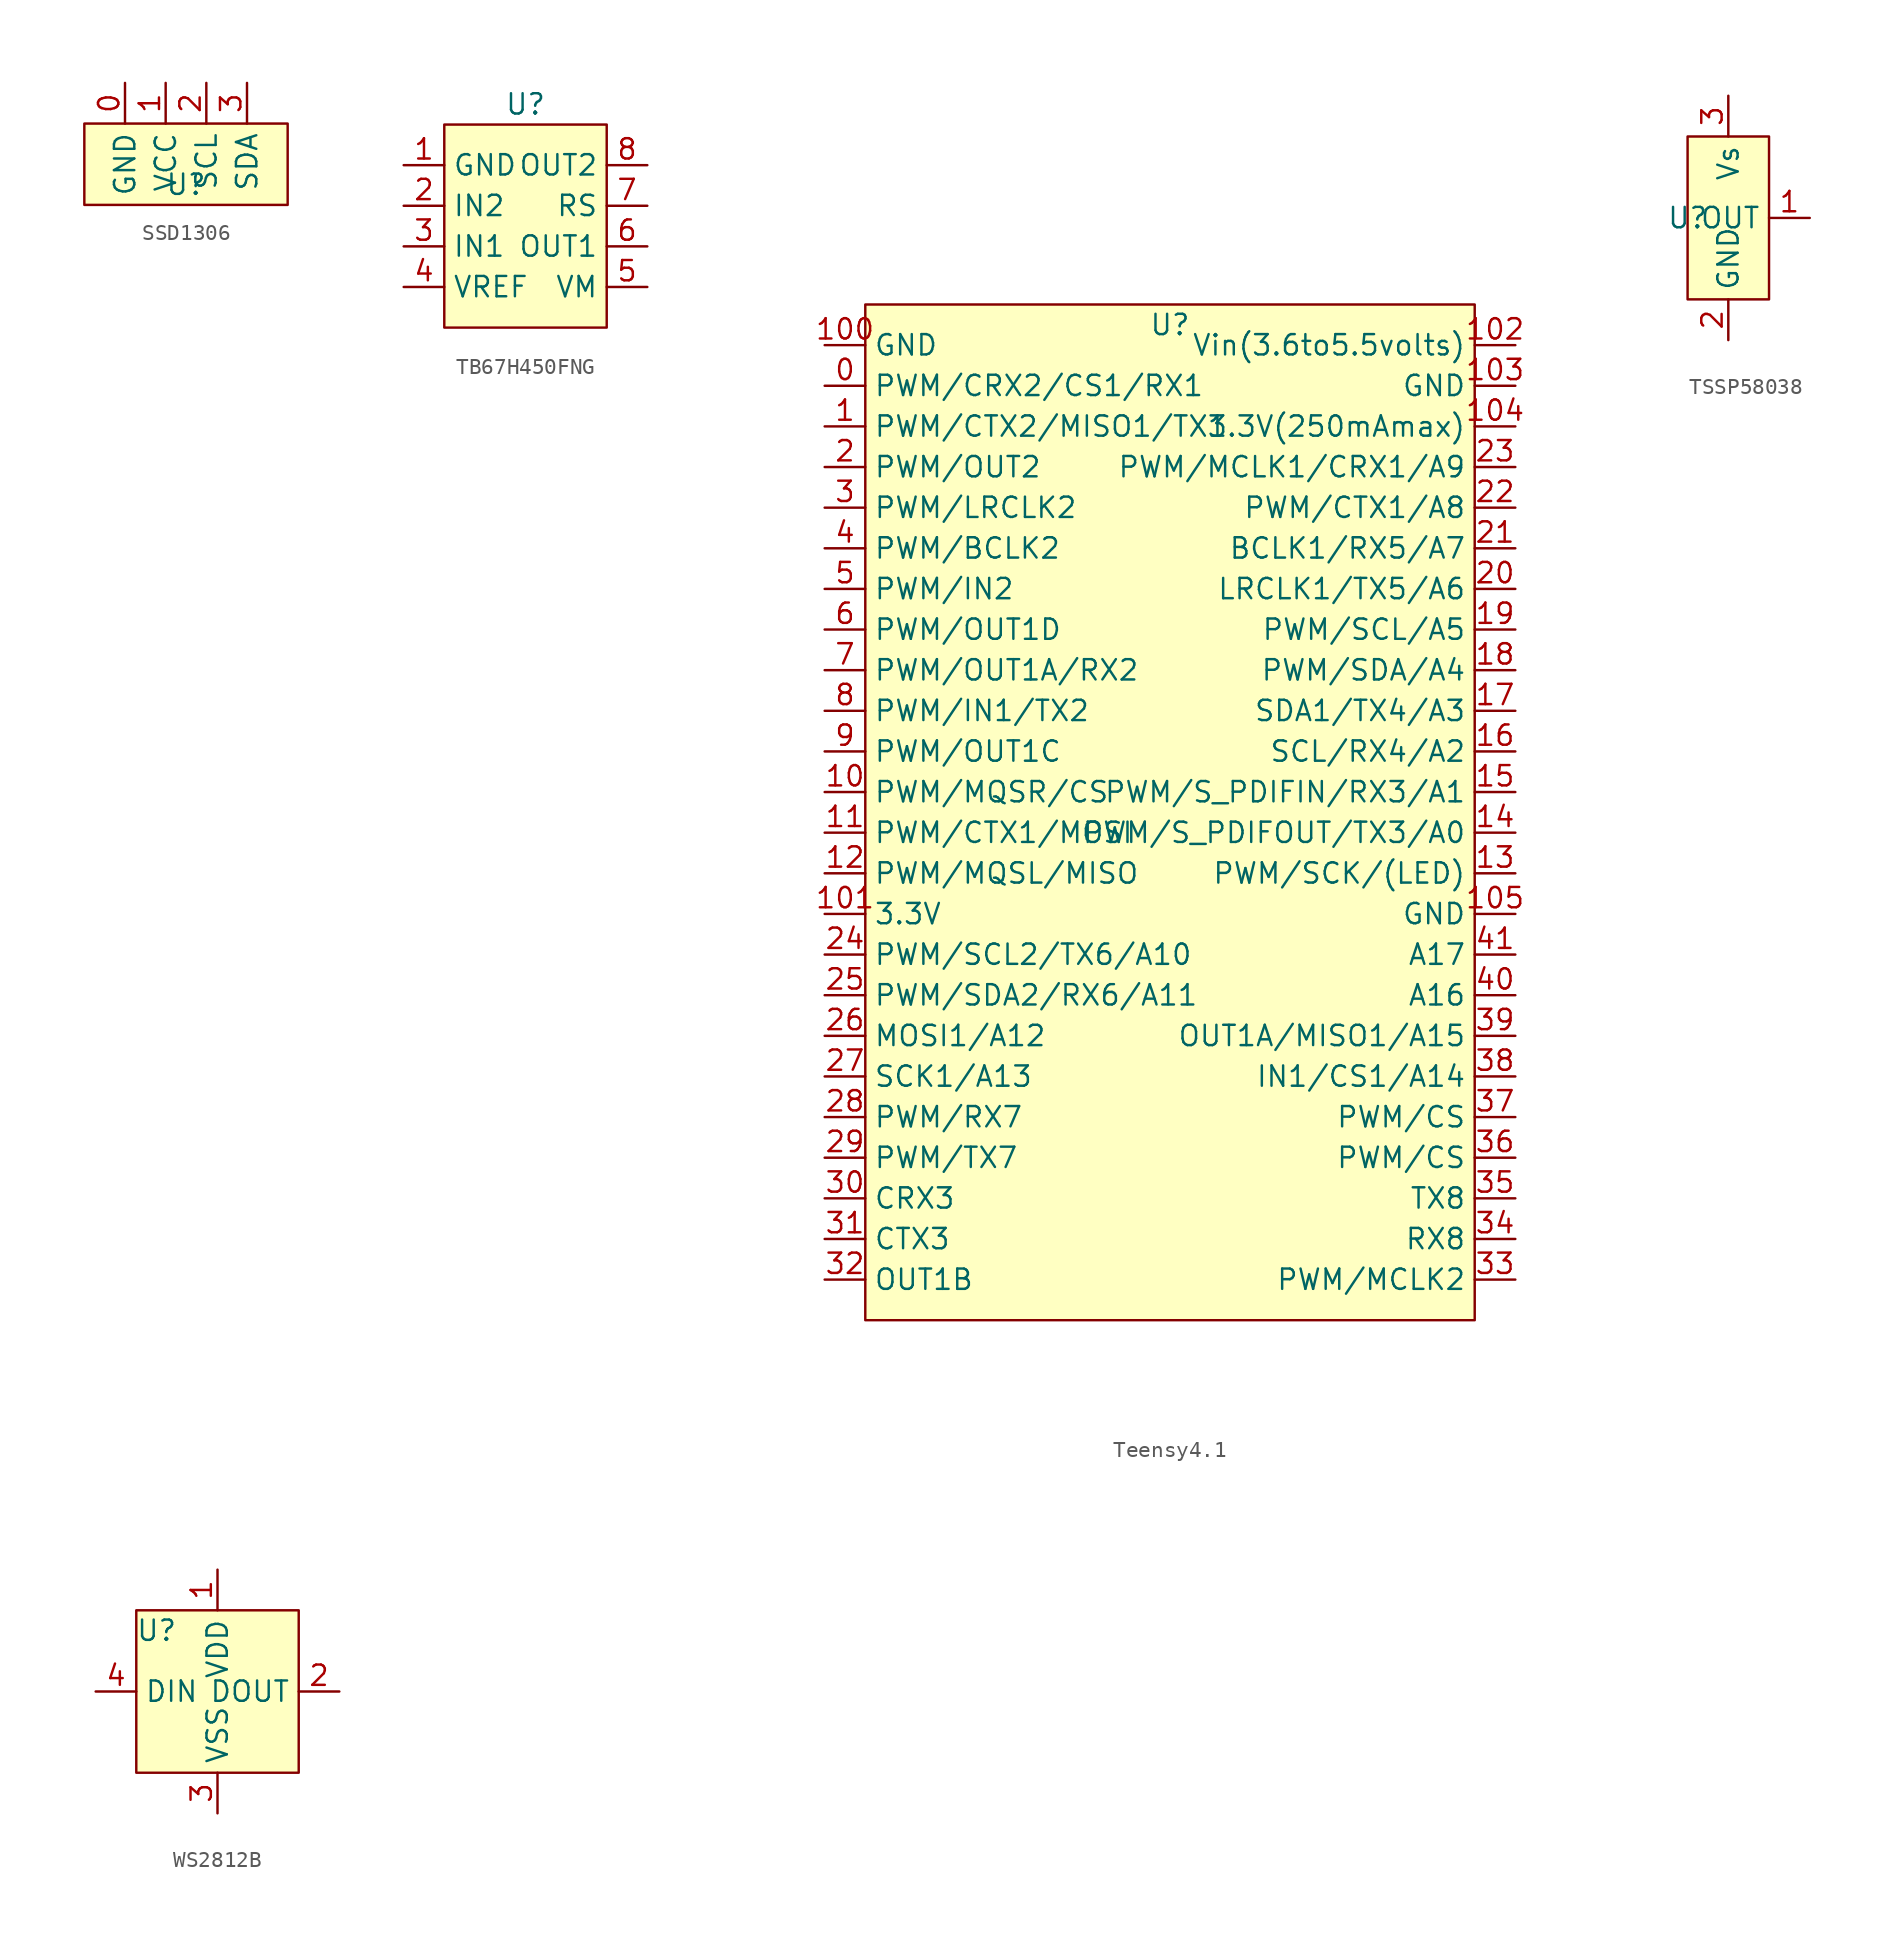
<source format=kicad_sym>
(kicad_symbol_lib
  (version 20220914)
  (generator kicad_symbol_editor)
  (symbol "SSD1306"
    (property "Reference" "U"
      (at 0 -1.27 0)
      (effects (font (size 1.27 1.27))))
    (property "Value" ""
      (at -3.81 2.54 0)
      (effects (font (size 1.27 1.27))))
    (symbol "SSD1306_1_1"
      (rectangle (start -6.35 2.54) (end 6.35 -2.54) (stroke (width 0) (type default)) (fill (type background)))
      (pin passive line (at -3.81 5.08 270) (length 2.54) (name "GND" (effects (font (size 1.27 1.27)))) (number "0" (effects (font (size 1.27 1.27)))))
      (pin passive line (at -1.27 5.08 270) (length 2.54) (name "VCC" (effects (font (size 1.27 1.27)))) (number "1" (effects (font (size 1.27 1.27)))))
      (pin passive line (at 1.27 5.08 270) (length 2.54) (name "SCL" (effects (font (size 1.27 1.27)))) (number "2" (effects (font (size 1.27 1.27)))))
      (pin passive line (at 3.81 5.08 270) (length 2.54) (name "SDA" (effects (font (size 1.27 1.27)))) (number "3" (effects (font (size 1.27 1.27)))))))
  (symbol "TB67H450FNG"
    (property "Reference" "U"
      (at 0 7.62 0)
      (effects (font (size 1.27 1.27))))
    (property "Value" ""
      (at -5.08 3.81 0)
      (effects (font (size 1.27 1.27))))
    (symbol "TB67H450FNG_1_1"
      (rectangle (start -5.08 6.35) (end 5.08 -6.35) (stroke (width 0) (type default)) (fill (type background)))
      (pin passive line (at -7.62 3.81 0) (length 2.54) (name "GND" (effects (font (size 1.27 1.27)))) (number "1" (effects (font (size 1.27 1.27)))))
      (pin passive line (at -7.62 1.27 0) (length 2.54) (name "IN2" (effects (font (size 1.27 1.27)))) (number "2" (effects (font (size 1.27 1.27)))))
      (pin passive line (at -7.62 -1.27 0) (length 2.54) (name "IN1" (effects (font (size 1.27 1.27)))) (number "3" (effects (font (size 1.27 1.27)))))
      (pin passive line (at -7.62 -3.81 0) (length 2.54) (name "VREF" (effects (font (size 1.27 1.27)))) (number "4" (effects (font (size 1.27 1.27)))))
      (pin passive line (at 7.62 -3.81 180) (length 2.54) (name "VM" (effects (font (size 1.27 1.27)))) (number "5" (effects (font (size 1.27 1.27)))))
      (pin passive line (at 7.62 -1.27 180) (length 2.54) (name "OUT1" (effects (font (size 1.27 1.27)))) (number "6" (effects (font (size 1.27 1.27)))))
      (pin passive line (at 7.62 1.27 180) (length 2.54) (name "RS" (effects (font (size 1.27 1.27)))) (number "7" (effects (font (size 1.27 1.27)))))
      (pin passive line (at 7.62 3.81 180) (length 2.54) (name "OUT2" (effects (font (size 1.27 1.27)))) (number "8" (effects (font (size 1.27 1.27)))))))
  (symbol "Teensy4.1"
    (property "Reference" "U"
      (at 0 26.67 0)
      (effects (font (size 1.27 1.27))))
    (property "Value" ""
      (at -19.05 25.4 0)
      (effects (font (size 1.27 1.27))))
    (symbol "Teensy4.1_0_0"
      (text "" (at -21.59 -25.4 0) (effects (font (size 1.27 1.27))))
      (text "" (at -21.59 -12.7 0) (effects (font (size 1.27 1.27))))
      (text "" (at -21.59 0 0) (effects (font (size 1.27 1.27))))
      (text "" (at -21.59 12.7 0) (effects (font (size 1.27 1.27))))
      (text "" (at -21.59 25.4 0) (effects (font (size 1.27 1.27))))
      (text "" (at 1.27 35.56 0) (effects (font (size 1.27 1.27))))
      (text "" (at 21.59 -22.86 0) (effects (font (size 1.27 1.27))))
      (text "" (at 21.59 -10.16 0) (effects (font (size 1.27 1.27))))
      (text "" (at 21.59 2.54 0) (effects (font (size 1.27 1.27))))
      (text "" (at 21.59 15.24 0) (effects (font (size 1.27 1.27)))))
    (symbol "Teensy4.1_1_1"
      (rectangle (start -19.05 27.94) (end 19.05 -35.56) (stroke (width 0) (type default)) (fill (type background)))
      (pin passive line (at -21.59 22.86 0) (length 2.54) (name "PWM/CRX2/CS1/RX1" (effects (font (size 1.27 1.27)))) (number "0" (effects (font (size 1.27 1.27)))))
      (pin passive line (at -21.59 20.32 0) (length 2.54) (name "PWM/CTX2/MISO1/TX1" (effects (font (size 1.27 1.27)))) (number "1" (effects (font (size 1.27 1.27)))))
      (pin passive line (at -21.59 -2.54 0) (length 2.54) (name "PWM/MQSR/CS" (effects (font (size 1.27 1.27)))) (number "10" (effects (font (size 1.27 1.27)))))
      (pin passive line (at -21.59 25.4 0) (length 2.54) (name "GND" (effects (font (size 1.27 1.27)))) (number "100" (effects (font (size 1.27 1.27)))))
      (pin passive line (at -21.59 -10.16 0) (length 2.54) (name "3.3V" (effects (font (size 1.27 1.27)))) (number "101" (effects (font (size 1.27 1.27)))))
      (pin passive line (at 21.59 25.4 180) (length 2.54) (name "Vin(3.6to5.5volts)" (effects (font (size 1.27 1.27)))) (number "102" (effects (font (size 1.27 1.27)))))
      (pin passive line (at 21.59 22.86 180) (length 2.54) (name "GND" (effects (font (size 1.27 1.27)))) (number "103" (effects (font (size 1.27 1.27)))))
      (pin passive line (at 21.59 20.32 180) (length 2.54) (name "3.3V(250mAmax)" (effects (font (size 1.27 1.27)))) (number "104" (effects (font (size 1.27 1.27)))))
      (pin passive line (at 21.59 -10.16 180) (length 2.54) (name "GND" (effects (font (size 1.27 1.27)))) (number "105" (effects (font (size 1.27 1.27)))))
      (pin passive line (at -21.59 -5.08 0) (length 2.54) (name "PWM/CTX1/MOSI" (effects (font (size 1.27 1.27)))) (number "11" (effects (font (size 1.27 1.27)))))
      (pin passive line (at -21.59 -7.62 0) (length 2.54) (name "PWM/MQSL/MISO" (effects (font (size 1.27 1.27)))) (number "12" (effects (font (size 1.27 1.27)))))
      (pin passive line (at 21.59 -7.62 180) (length 2.54) (name "PWM/SCK/(LED)" (effects (font (size 1.27 1.27)))) (number "13" (effects (font (size 1.27 1.27)))))
      (pin passive line (at 21.59 -5.08 180) (length 2.54) (name "PWM/S_PDIFOUT/TX3/A0" (effects (font (size 1.27 1.27)))) (number "14" (effects (font (size 1.27 1.27)))))
      (pin passive line (at 21.59 -2.54 180) (length 2.54) (name "PWM/S_PDIFIN/RX3/A1" (effects (font (size 1.27 1.27)))) (number "15" (effects (font (size 1.27 1.27)))))
      (pin passive line (at 21.59 0 180) (length 2.54) (name "SCL/RX4/A2" (effects (font (size 1.27 1.27)))) (number "16" (effects (font (size 1.27 1.27)))))
      (pin passive line (at 21.59 2.54 180) (length 2.54) (name "SDA1/TX4/A3" (effects (font (size 1.27 1.27)))) (number "17" (effects (font (size 1.27 1.27)))))
      (pin passive line (at 21.59 5.08 180) (length 2.54) (name "PWM/SDA/A4" (effects (font (size 1.27 1.27)))) (number "18" (effects (font (size 1.27 1.27)))))
      (pin passive line (at 21.59 7.62 180) (length 2.54) (name "PWM/SCL/A5" (effects (font (size 1.27 1.27)))) (number "19" (effects (font (size 1.27 1.27)))))
      (pin passive line (at -21.59 17.78 0) (length 2.54) (name "PWM/OUT2" (effects (font (size 1.27 1.27)))) (number "2" (effects (font (size 1.27 1.27)))))
      (pin passive line (at 21.59 10.16 180) (length 2.54) (name "LRCLK1/TX5/A6" (effects (font (size 1.27 1.27)))) (number "20" (effects (font (size 1.27 1.27)))))
      (pin passive line (at 21.59 12.7 180) (length 2.54) (name "BCLK1/RX5/A7" (effects (font (size 1.27 1.27)))) (number "21" (effects (font (size 1.27 1.27)))))
      (pin passive line (at 21.59 15.24 180) (length 2.54) (name "PWM/CTX1/A8" (effects (font (size 1.27 1.27)))) (number "22" (effects (font (size 1.27 1.27)))))
      (pin passive line (at 21.59 17.78 180) (length 2.54) (name "PWM/MCLK1/CRX1/A9" (effects (font (size 1.27 1.27)))) (number "23" (effects (font (size 1.27 1.27)))))
      (pin passive line (at -21.59 -12.7 0) (length 2.54) (name "PWM/SCL2/TX6/A10" (effects (font (size 1.27 1.27)))) (number "24" (effects (font (size 1.27 1.27)))))
      (pin passive line (at -21.59 -15.24 0) (length 2.54) (name "PWM/SDA2/RX6/A11" (effects (font (size 1.27 1.27)))) (number "25" (effects (font (size 1.27 1.27)))))
      (pin passive line (at -21.59 -17.78 0) (length 2.54) (name "MOSI1/A12" (effects (font (size 1.27 1.27)))) (number "26" (effects (font (size 1.27 1.27)))))
      (pin passive line (at -21.59 -20.32 0) (length 2.54) (name "SCK1/A13" (effects (font (size 1.27 1.27)))) (number "27" (effects (font (size 1.27 1.27)))))
      (pin passive line (at -21.59 -22.86 0) (length 2.54) (name "PWM/RX7" (effects (font (size 1.27 1.27)))) (number "28" (effects (font (size 1.27 1.27)))))
      (pin passive line (at -21.59 -25.4 0) (length 2.54) (name "PWM/TX7" (effects (font (size 1.27 1.27)))) (number "29" (effects (font (size 1.27 1.27)))))
      (pin passive line (at -21.59 15.24 0) (length 2.54) (name "PWM/LRCLK2" (effects (font (size 1.27 1.27)))) (number "3" (effects (font (size 1.27 1.27)))))
      (pin passive line (at -21.59 -27.94 0) (length 2.54) (name "CRX3" (effects (font (size 1.27 1.27)))) (number "30" (effects (font (size 1.27 1.27)))))
      (pin passive line (at -21.59 -30.48 0) (length 2.54) (name "CTX3" (effects (font (size 1.27 1.27)))) (number "31" (effects (font (size 1.27 1.27)))))
      (pin passive line (at -21.59 -33.02 0) (length 2.54) (name "OUT1B" (effects (font (size 1.27 1.27)))) (number "32" (effects (font (size 1.27 1.27)))))
      (pin passive line (at 21.59 -33.02 180) (length 2.54) (name "PWM/MCLK2" (effects (font (size 1.27 1.27)))) (number "33" (effects (font (size 1.27 1.27)))))
      (pin passive line (at 21.59 -30.48 180) (length 2.54) (name "RX8" (effects (font (size 1.27 1.27)))) (number "34" (effects (font (size 1.27 1.27)))))
      (pin passive line (at 21.59 -27.94 180) (length 2.54) (name "TX8" (effects (font (size 1.27 1.27)))) (number "35" (effects (font (size 1.27 1.27)))))
      (pin passive line (at 21.59 -25.4 180) (length 2.54) (name "PWM/CS" (effects (font (size 1.27 1.27)))) (number "36" (effects (font (size 1.27 1.27)))))
      (pin passive line (at 21.59 -22.86 180) (length 2.54) (name "PWM/CS" (effects (font (size 1.27 1.27)))) (number "37" (effects (font (size 1.27 1.27)))))
      (pin passive line (at 21.59 -20.32 180) (length 2.54) (name "IN1/CS1/A14" (effects (font (size 1.27 1.27)))) (number "38" (effects (font (size 1.27 1.27)))))
      (pin passive line (at 21.59 -17.78 180) (length 2.54) (name "OUT1A/MISO1/A15" (effects (font (size 1.27 1.27)))) (number "39" (effects (font (size 1.27 1.27)))))
      (pin passive line (at -21.59 12.7 0) (length 2.54) (name "PWM/BCLK2" (effects (font (size 1.27 1.27)))) (number "4" (effects (font (size 1.27 1.27)))))
      (pin passive line (at 21.59 -15.24 180) (length 2.54) (name "A16" (effects (font (size 1.27 1.27)))) (number "40" (effects (font (size 1.27 1.27)))))
      (pin passive line (at 21.59 -12.7 180) (length 2.54) (name "A17" (effects (font (size 1.27 1.27)))) (number "41" (effects (font (size 1.27 1.27)))))
      (pin passive line (at -21.59 10.16 0) (length 2.54) (name "PWM/IN2" (effects (font (size 1.27 1.27)))) (number "5" (effects (font (size 1.27 1.27)))))
      (pin passive line (at -21.59 7.62 0) (length 2.54) (name "PWM/OUT1D" (effects (font (size 1.27 1.27)))) (number "6" (effects (font (size 1.27 1.27)))))
      (pin passive line (at -21.59 5.08 0) (length 2.54) (name "PWM/OUT1A/RX2" (effects (font (size 1.27 1.27)))) (number "7" (effects (font (size 1.27 1.27)))))
      (pin passive line (at -21.59 2.54 0) (length 2.54) (name "PWM/IN1/TX2" (effects (font (size 1.27 1.27)))) (number "8" (effects (font (size 1.27 1.27)))))
      (pin passive line (at -21.59 0 0) (length 2.54) (name "PWM/OUT1C" (effects (font (size 1.27 1.27)))) (number "9" (effects (font (size 1.27 1.27)))))))
  (symbol "TSSP58038"
    (property "Reference" "U"
      (at -2.54 0 0)
      (effects (font (size 1.27 1.27))))
    (property "Value" ""
      (at 0 5.08 0)
      (effects (font (size 1.27 1.27))))
    (symbol "TSSP58038_1_1"
      (rectangle (start -2.54 5.08) (end 2.54 -5.08) (stroke (width 0) (type default)) (fill (type background)))
      (pin passive line (at 5.08 0 180) (length 2.54) (name "OUT" (effects (font (size 1.27 1.27)))) (number "1" (effects (font (size 1.27 1.27)))))
      (pin passive line (at 0 -7.62 90) (length 2.54) (name "GND" (effects (font (size 1.27 1.27)))) (number "2" (effects (font (size 1.27 1.27)))))
      (pin passive line (at 0 7.62 270) (length 2.54) (name "Vs" (effects (font (size 1.27 1.27)))) (number "3" (effects (font (size 1.27 1.27)))))))
  (symbol "WS2812B"
    (property "Reference" "U"
      (at -3.81 3.81 0)
      (effects (font (size 1.27 1.27))))
    (property "Value" ""
      (at -5.08 1.27 0)
      (effects (font (size 1.27 1.27))))
    (symbol "WS2812B_1_1"
      (rectangle (start -5.08 5.08) (end 5.08 -5.08) (stroke (width 0) (type default)) (fill (type background)))
      (pin passive line (at 0 7.62 270) (length 2.54) (name "VDD" (effects (font (size 1.27 1.27)))) (number "1" (effects (font (size 1.27 1.27)))))
      (pin passive line (at 7.62 0 180) (length 2.54) (name "DOUT" (effects (font (size 1.27 1.27)))) (number "2" (effects (font (size 1.27 1.27)))))
      (pin passive line (at 0 -7.62 90) (length 2.54) (name "VSS" (effects (font (size 1.27 1.27)))) (number "3" (effects (font (size 1.27 1.27)))))
      (pin passive line (at -7.62 0 0) (length 2.54) (name "DIN" (effects (font (size 1.27 1.27)))) (number "4" (effects (font (size 1.27 1.27))))))))
</source>
